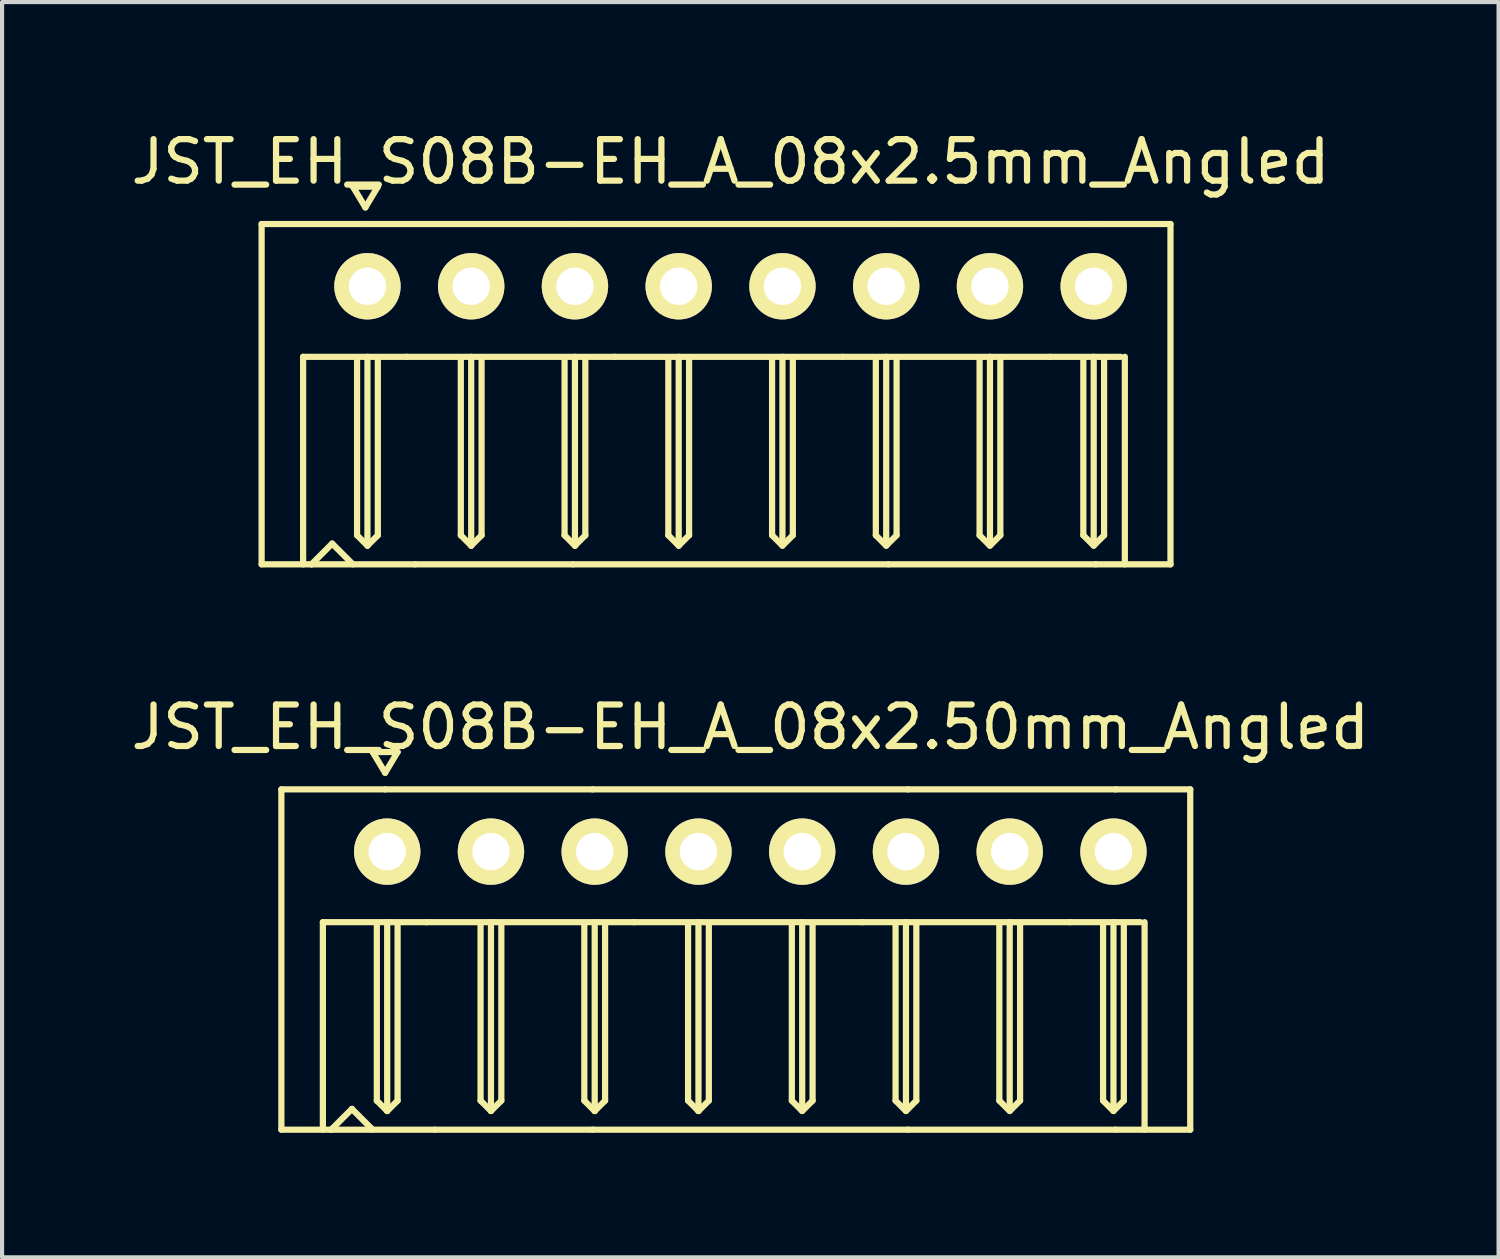
<source format=kicad_pcb>
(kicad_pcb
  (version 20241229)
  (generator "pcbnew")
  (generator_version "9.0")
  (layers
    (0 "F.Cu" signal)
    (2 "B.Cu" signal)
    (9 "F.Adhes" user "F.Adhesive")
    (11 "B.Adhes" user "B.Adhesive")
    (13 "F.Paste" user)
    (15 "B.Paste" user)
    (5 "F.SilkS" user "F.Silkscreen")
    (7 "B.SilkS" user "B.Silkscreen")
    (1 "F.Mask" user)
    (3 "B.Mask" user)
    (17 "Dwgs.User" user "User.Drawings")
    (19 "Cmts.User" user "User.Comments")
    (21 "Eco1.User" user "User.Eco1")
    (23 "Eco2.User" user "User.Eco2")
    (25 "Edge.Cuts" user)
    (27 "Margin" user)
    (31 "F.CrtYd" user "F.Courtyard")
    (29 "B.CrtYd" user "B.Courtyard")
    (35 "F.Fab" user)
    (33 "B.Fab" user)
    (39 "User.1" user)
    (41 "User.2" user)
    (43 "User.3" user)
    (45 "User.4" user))
  (footprint "JST_EH_S08B-EH_A_08x2.5mm_Angled"
    (layer "F.Cu")
    (at 14.554 3.848)
    (property "Reference" "JST_EH_S08B-EH_A_08x2.5mm_Angled" (at 0 -3 0) (layer "F.SilkS") (effects (font (size 1 1) (thickness 0.15))))
    (attr through_hole)
    (fp_line (start -11.3 -1.5) (end -11.3 6.7) (stroke (width 0.15) (type solid)) (layer "F.SilkS"))
    (fp_line (start -11.3 -1.5) (end -8.8 -1.5) (stroke (width 0.15) (type solid)) (layer "F.SilkS"))
    (fp_line (start -11.3 6.7) (end -10.1 6.7) (stroke (width 0.15) (type solid)) (layer "F.SilkS"))
    (fp_line (start -10.3 1.7) (end -10.3 6.7) (stroke (width 0.15) (type solid)) (layer "F.SilkS"))
    (fp_line (start -9.6 6.2) (end -10.1 6.7) (stroke (width 0.15) (type solid)) (layer "F.SilkS"))
    (fp_line (start -9.6 6.2) (end -9.1 6.7) (stroke (width 0.15) (type solid)) (layer "F.SilkS"))
    (fp_line (start -9.1 -2.4) (end -8.8 -1.9) (stroke (width 0.15) (type solid)) (layer "F.SilkS"))
    (fp_line (start -9 6) (end -9 1.75) (stroke (width 0.15) (type solid)) (layer "F.SilkS"))
    (fp_line (start -8.8 -1.9) (end -8.5 -2.4) (stroke (width 0.15) (type solid)) (layer "F.SilkS"))
    (fp_line (start -8.8 -1.5) (end -3.8 -1.5) (stroke (width 0.15) (type solid)) (layer "F.SilkS"))
    (fp_line (start -8.75 6.25) (end -9 6) (stroke (width 0.15) (type solid)) (layer "F.SilkS"))
    (fp_line (start -8.75 6.25) (end -8.75 1.7) (stroke (width 0.15) (type solid)) (layer "F.SilkS"))
    (fp_line (start -8.5 -2.4) (end -9.1 -2.4) (stroke (width 0.15) (type solid)) (layer "F.SilkS"))
    (fp_line (start -8.5 1.75) (end -8.5 6) (stroke (width 0.15) (type solid)) (layer "F.SilkS"))
    (fp_line (start -8.5 6) (end -8.75 6.25) (stroke (width 0.15) (type solid)) (layer "F.SilkS"))
    (fp_line (start -7.8 1.7) (end -10.3 1.7) (stroke (width 0.15) (type solid)) (layer "F.SilkS"))
    (fp_line (start -7.6 6.7) (end -10.1 6.7) (stroke (width 0.15) (type solid)) (layer "F.SilkS"))
    (fp_line (start -7.6 6.7) (end -3.8 6.7) (stroke (width 0.15) (type solid)) (layer "F.SilkS"))
    (fp_line (start -6.5 6) (end -6.5 1.75) (stroke (width 0.15) (type solid)) (layer "F.SilkS"))
    (fp_line (start -6.25 6.25) (end -6.5 6) (stroke (width 0.15) (type solid)) (layer "F.SilkS"))
    (fp_line (start -6.25 6.25) (end -6.25 1.7) (stroke (width 0.15) (type solid)) (layer "F.SilkS"))
    (fp_line (start -6 1.75) (end -6 6) (stroke (width 0.15) (type solid)) (layer "F.SilkS"))
    (fp_line (start -6 6) (end -6.25 6.25) (stroke (width 0.15) (type solid)) (layer "F.SilkS"))
    (fp_line (start -4 6) (end -4 1.75) (stroke (width 0.15) (type solid)) (layer "F.SilkS"))
    (fp_line (start -3.8 -1.5) (end 3.8 -1.5) (stroke (width 0.15) (type solid)) (layer "F.SilkS"))
    (fp_line (start -3.75 6.25) (end -4 6) (stroke (width 0.15) (type solid)) (layer "F.SilkS"))
    (fp_line (start -3.75 6.25) (end -3.75 1.7) (stroke (width 0.15) (type solid)) (layer "F.SilkS"))
    (fp_line (start -3.5 1.75) (end -3.5 6) (stroke (width 0.15) (type solid)) (layer "F.SilkS"))
    (fp_line (start -3.5 6) (end -3.75 6.25) (stroke (width 0.15) (type solid)) (layer "F.SilkS"))
    (fp_line (start -2.8 1.7) (end -7.8 1.7) (stroke (width 0.15) (type solid)) (layer "F.SilkS"))
    (fp_line (start -1.5 6) (end -1.5 1.75) (stroke (width 0.15) (type solid)) (layer "F.SilkS"))
    (fp_line (start -1.25 6.25) (end -1.5 6) (stroke (width 0.15) (type solid)) (layer "F.SilkS"))
    (fp_line (start -1.25 6.25) (end -1.25 1.7) (stroke (width 0.15) (type solid)) (layer "F.SilkS"))
    (fp_line (start -1 1.75) (end -1 6) (stroke (width 0.15) (type solid)) (layer "F.SilkS"))
    (fp_line (start -1 6) (end -1.25 6.25) (stroke (width 0.15) (type solid)) (layer "F.SilkS"))
    (fp_line (start 1 1.75) (end 1 6) (stroke (width 0.15) (type solid)) (layer "F.SilkS"))
    (fp_line (start 1 6) (end 1.25 6.25) (stroke (width 0.15) (type solid)) (layer "F.SilkS"))
    (fp_line (start 1.25 6.2) (end 1.25 1.7) (stroke (width 0.15) (type solid)) (layer "F.SilkS"))
    (fp_line (start 1.25 6.25) (end 1.5 6) (stroke (width 0.15) (type solid)) (layer "F.SilkS"))
    (fp_line (start 1.5 6) (end 1.5 1.75) (stroke (width 0.15) (type solid)) (layer "F.SilkS"))
    (fp_line (start 2.7 1.7) (end -2.8 1.7) (stroke (width 0.15) (type solid)) (layer "F.SilkS"))
    (fp_line (start 3.5 1.75) (end 3.5 6) (stroke (width 0.15) (type solid)) (layer "F.SilkS"))
    (fp_line (start 3.5 6) (end 3.75 6.25) (stroke (width 0.15) (type solid)) (layer "F.SilkS"))
    (fp_line (start 3.75 6.2) (end 3.75 1.7) (stroke (width 0.15) (type solid)) (layer "F.SilkS"))
    (fp_line (start 3.75 6.25) (end 4 6) (stroke (width 0.15) (type solid)) (layer "F.SilkS"))
    (fp_line (start 3.8 6.7) (end -3.8 6.7) (stroke (width 0.15) (type solid)) (layer "F.SilkS"))
    (fp_line (start 3.8 6.7) (end 8.8 6.7) (stroke (width 0.15) (type solid)) (layer "F.SilkS"))
    (fp_line (start 4 6) (end 4 1.75) (stroke (width 0.15) (type solid)) (layer "F.SilkS"))
    (fp_line (start 6 1.75) (end 6 6) (stroke (width 0.15) (type solid)) (layer "F.SilkS"))
    (fp_line (start 6 6) (end 6.25 6.25) (stroke (width 0.15) (type solid)) (layer "F.SilkS"))
    (fp_line (start 6.25 6.2) (end 6.25 1.7) (stroke (width 0.15) (type solid)) (layer "F.SilkS"))
    (fp_line (start 6.25 6.25) (end 6.5 6) (stroke (width 0.15) (type solid)) (layer "F.SilkS"))
    (fp_line (start 6.5 6) (end 6.5 1.75) (stroke (width 0.15) (type solid)) (layer "F.SilkS"))
    (fp_line (start 7.7 1.7) (end 2.7 1.7) (stroke (width 0.15) (type solid)) (layer "F.SilkS"))
    (fp_line (start 8.5 1.75) (end 8.5 6) (stroke (width 0.15) (type solid)) (layer "F.SilkS"))
    (fp_line (start 8.5 6) (end 8.75 6.25) (stroke (width 0.15) (type solid)) (layer "F.SilkS"))
    (fp_line (start 8.75 6.2) (end 8.75 1.7) (stroke (width 0.15) (type solid)) (layer "F.SilkS"))
    (fp_line (start 8.75 6.25) (end 9 6) (stroke (width 0.15) (type solid)) (layer "F.SilkS"))
    (fp_line (start 8.8 -1.5) (end 3.8 -1.5) (stroke (width 0.15) (type solid)) (layer "F.SilkS"))
    (fp_line (start 9 6) (end 9 1.75) (stroke (width 0.15) (type solid)) (layer "F.SilkS"))
    (fp_line (start 9.4 1.7) (end 7.7 1.7) (stroke (width 0.15) (type solid)) (layer "F.SilkS"))
    (fp_line (start 9.5 1.7) (end 9.5 6.7) (stroke (width 0.15) (type solid)) (layer "F.SilkS"))
    (fp_line (start 10.6 -1.5) (end 8.8 -1.5) (stroke (width 0.15) (type solid)) (layer "F.SilkS"))
    (fp_line (start 10.6 -1.5) (end 10.6 6.7) (stroke (width 0.15) (type solid)) (layer "F.SilkS"))
    (fp_line (start 10.6 6.7) (end 8.8 6.7) (stroke (width 0.15) (type solid)) (layer "F.SilkS"))
    (pad "1" thru_hole circle (at -8.75 0) (size 1.6 1.6) (drill 0.9) (layers "*.Cu" "*.Mask" "F.SilkS"))
    (pad "2" thru_hole circle (at -6.25 0) (size 1.6 1.6) (drill 0.9) (layers "*.Cu" "*.Mask" "F.SilkS"))
    (pad "3" thru_hole circle (at -3.75 0) (size 1.6 1.6) (drill 0.9) (layers "*.Cu" "*.Mask" "F.SilkS"))
    (pad "4" thru_hole circle (at -1.25 0) (size 1.6 1.6) (drill 0.9) (layers "*.Cu" "*.Mask" "F.SilkS"))
    (pad "5" thru_hole circle (at 1.25 0) (size 1.6 1.6) (drill 0.9) (layers "*.Cu" "*.Mask" "F.SilkS"))
    (pad "6" thru_hole circle (at 3.75 0) (size 1.6 1.6) (drill 0.9) (layers "*.Cu" "*.Mask" "F.SilkS"))
    (pad "7" thru_hole circle (at 6.25 0) (size 1.6 1.6) (drill 0.9) (layers "*.Cu" "*.Mask" "F.SilkS"))
    (pad "8" thru_hole circle (at 8.75 0) (size 1.6 1.6) (drill 0.9) (layers "*.Cu" "*.Mask" "F.SilkS")))
  (footprint "JST_EH_S08B-EH_A_08x2.50mm_Angled"
    (layer "F.Cu")
    (at 15.03 17.471)
    (property "Reference" "JST_EH_S08B-EH_A_08x2.50mm_Angled" (at 0 -3 0) (layer "F.SilkS") (effects (font (size 1 1) (thickness 0.15))))
    (attr through_hole)
    (fp_line (start -11.3 -1.5) (end -11.3 6.7) (stroke (width 0.15) (type solid)) (layer "F.SilkS"))
    (fp_line (start -11.3 -1.5) (end -8.8 -1.5) (stroke (width 0.15) (type solid)) (layer "F.SilkS"))
    (fp_line (start -11.3 6.7) (end -10.1 6.7) (stroke (width 0.15) (type solid)) (layer "F.SilkS"))
    (fp_line (start -10.3 1.7) (end -10.3 6.7) (stroke (width 0.15) (type solid)) (layer "F.SilkS"))
    (fp_line (start -9.6 6.2) (end -10.1 6.7) (stroke (width 0.15) (type solid)) (layer "F.SilkS"))
    (fp_line (start -9.6 6.2) (end -9.1 6.7) (stroke (width 0.15) (type solid)) (layer "F.SilkS"))
    (fp_line (start -9.1 -2.4) (end -8.8 -1.9) (stroke (width 0.15) (type solid)) (layer "F.SilkS"))
    (fp_line (start -9 6) (end -9 1.75) (stroke (width 0.15) (type solid)) (layer "F.SilkS"))
    (fp_line (start -8.8 -1.9) (end -8.5 -2.4) (stroke (width 0.15) (type solid)) (layer "F.SilkS"))
    (fp_line (start -8.8 -1.5) (end -3.8 -1.5) (stroke (width 0.15) (type solid)) (layer "F.SilkS"))
    (fp_line (start -8.75 6.25) (end -9 6) (stroke (width 0.15) (type solid)) (layer "F.SilkS"))
    (fp_line (start -8.75 6.25) (end -8.75 1.7) (stroke (width 0.15) (type solid)) (layer "F.SilkS"))
    (fp_line (start -8.5 -2.4) (end -9.1 -2.4) (stroke (width 0.15) (type solid)) (layer "F.SilkS"))
    (fp_line (start -8.5 1.75) (end -8.5 6) (stroke (width 0.15) (type solid)) (layer "F.SilkS"))
    (fp_line (start -8.5 6) (end -8.75 6.25) (stroke (width 0.15) (type solid)) (layer "F.SilkS"))
    (fp_line (start -7.8 1.7) (end -10.3 1.7) (stroke (width 0.15) (type solid)) (layer "F.SilkS"))
    (fp_line (start -7.6 6.7) (end -10.1 6.7) (stroke (width 0.15) (type solid)) (layer "F.SilkS"))
    (fp_line (start -7.6 6.7) (end -3.8 6.7) (stroke (width 0.15) (type solid)) (layer "F.SilkS"))
    (fp_line (start -6.5 6) (end -6.5 1.75) (stroke (width 0.15) (type solid)) (layer "F.SilkS"))
    (fp_line (start -6.25 6.25) (end -6.5 6) (stroke (width 0.15) (type solid)) (layer "F.SilkS"))
    (fp_line (start -6.25 6.25) (end -6.25 1.7) (stroke (width 0.15) (type solid)) (layer "F.SilkS"))
    (fp_line (start -6 1.75) (end -6 6) (stroke (width 0.15) (type solid)) (layer "F.SilkS"))
    (fp_line (start -6 6) (end -6.25 6.25) (stroke (width 0.15) (type solid)) (layer "F.SilkS"))
    (fp_line (start -4 6) (end -4 1.75) (stroke (width 0.15) (type solid)) (layer "F.SilkS"))
    (fp_line (start -3.8 -1.5) (end 3.8 -1.5) (stroke (width 0.15) (type solid)) (layer "F.SilkS"))
    (fp_line (start -3.75 6.25) (end -4 6) (stroke (width 0.15) (type solid)) (layer "F.SilkS"))
    (fp_line (start -3.75 6.25) (end -3.75 1.7) (stroke (width 0.15) (type solid)) (layer "F.SilkS"))
    (fp_line (start -3.5 1.75) (end -3.5 6) (stroke (width 0.15) (type solid)) (layer "F.SilkS"))
    (fp_line (start -3.5 6) (end -3.75 6.25) (stroke (width 0.15) (type solid)) (layer "F.SilkS"))
    (fp_line (start -2.8 1.7) (end -7.8 1.7) (stroke (width 0.15) (type solid)) (layer "F.SilkS"))
    (fp_line (start -1.5 6) (end -1.5 1.75) (stroke (width 0.15) (type solid)) (layer "F.SilkS"))
    (fp_line (start -1.25 6.25) (end -1.5 6) (stroke (width 0.15) (type solid)) (layer "F.SilkS"))
    (fp_line (start -1.25 6.25) (end -1.25 1.7) (stroke (width 0.15) (type solid)) (layer "F.SilkS"))
    (fp_line (start -1 1.75) (end -1 6) (stroke (width 0.15) (type solid)) (layer "F.SilkS"))
    (fp_line (start -1 6) (end -1.25 6.25) (stroke (width 0.15) (type solid)) (layer "F.SilkS"))
    (fp_line (start 1 1.75) (end 1 6) (stroke (width 0.15) (type solid)) (layer "F.SilkS"))
    (fp_line (start 1 6) (end 1.25 6.25) (stroke (width 0.15) (type solid)) (layer "F.SilkS"))
    (fp_line (start 1.25 6.2) (end 1.25 1.7) (stroke (width 0.15) (type solid)) (layer "F.SilkS"))
    (fp_line (start 1.25 6.25) (end 1.5 6) (stroke (width 0.15) (type solid)) (layer "F.SilkS"))
    (fp_line (start 1.5 6) (end 1.5 1.75) (stroke (width 0.15) (type solid)) (layer "F.SilkS"))
    (fp_line (start 2.7 1.7) (end -2.8 1.7) (stroke (width 0.15) (type solid)) (layer "F.SilkS"))
    (fp_line (start 3.5 1.75) (end 3.5 6) (stroke (width 0.15) (type solid)) (layer "F.SilkS"))
    (fp_line (start 3.5 6) (end 3.75 6.25) (stroke (width 0.15) (type solid)) (layer "F.SilkS"))
    (fp_line (start 3.75 6.2) (end 3.75 1.7) (stroke (width 0.15) (type solid)) (layer "F.SilkS"))
    (fp_line (start 3.75 6.25) (end 4 6) (stroke (width 0.15) (type solid)) (layer "F.SilkS"))
    (fp_line (start 3.8 6.7) (end -3.8 6.7) (stroke (width 0.15) (type solid)) (layer "F.SilkS"))
    (fp_line (start 3.8 6.7) (end 8.8 6.7) (stroke (width 0.15) (type solid)) (layer "F.SilkS"))
    (fp_line (start 4 6) (end 4 1.75) (stroke (width 0.15) (type solid)) (layer "F.SilkS"))
    (fp_line (start 6 1.75) (end 6 6) (stroke (width 0.15) (type solid)) (layer "F.SilkS"))
    (fp_line (start 6 6) (end 6.25 6.25) (stroke (width 0.15) (type solid)) (layer "F.SilkS"))
    (fp_line (start 6.25 6.2) (end 6.25 1.7) (stroke (width 0.15) (type solid)) (layer "F.SilkS"))
    (fp_line (start 6.25 6.25) (end 6.5 6) (stroke (width 0.15) (type solid)) (layer "F.SilkS"))
    (fp_line (start 6.5 6) (end 6.5 1.75) (stroke (width 0.15) (type solid)) (layer "F.SilkS"))
    (fp_line (start 7.7 1.7) (end 2.7 1.7) (stroke (width 0.15) (type solid)) (layer "F.SilkS"))
    (fp_line (start 8.5 1.75) (end 8.5 6) (stroke (width 0.15) (type solid)) (layer "F.SilkS"))
    (fp_line (start 8.5 6) (end 8.75 6.25) (stroke (width 0.15) (type solid)) (layer "F.SilkS"))
    (fp_line (start 8.75 6.2) (end 8.75 1.7) (stroke (width 0.15) (type solid)) (layer "F.SilkS"))
    (fp_line (start 8.75 6.25) (end 9 6) (stroke (width 0.15) (type solid)) (layer "F.SilkS"))
    (fp_line (start 8.8 -1.5) (end 3.8 -1.5) (stroke (width 0.15) (type solid)) (layer "F.SilkS"))
    (fp_line (start 9 6) (end 9 1.75) (stroke (width 0.15) (type solid)) (layer "F.SilkS"))
    (fp_line (start 9.4 1.7) (end 7.7 1.7) (stroke (width 0.15) (type solid)) (layer "F.SilkS"))
    (fp_line (start 9.5 1.7) (end 9.5 6.7) (stroke (width 0.15) (type solid)) (layer "F.SilkS"))
    (fp_line (start 10.6 -1.5) (end 8.8 -1.5) (stroke (width 0.15) (type solid)) (layer "F.SilkS"))
    (fp_line (start 10.6 -1.5) (end 10.6 6.7) (stroke (width 0.15) (type solid)) (layer "F.SilkS"))
    (fp_line (start 10.6 6.7) (end 8.8 6.7) (stroke (width 0.15) (type solid)) (layer "F.SilkS"))
    (pad "1" thru_hole circle (at -8.75 0) (size 1.6 1.6) (drill 0.9) (layers "*.Cu" "*.Mask" "F.SilkS"))
    (pad "2" thru_hole circle (at -6.25 0) (size 1.6 1.6) (drill 0.9) (layers "*.Cu" "*.Mask" "F.SilkS"))
    (pad "3" thru_hole circle (at -3.75 0) (size 1.6 1.6) (drill 0.9) (layers "*.Cu" "*.Mask" "F.SilkS"))
    (pad "4" thru_hole circle (at -1.25 0) (size 1.6 1.6) (drill 0.9) (layers "*.Cu" "*.Mask" "F.SilkS"))
    (pad "5" thru_hole circle (at 1.25 0) (size 1.6 1.6) (drill 0.9) (layers "*.Cu" "*.Mask" "F.SilkS"))
    (pad "6" thru_hole circle (at 3.75 0) (size 1.6 1.6) (drill 0.9) (layers "*.Cu" "*.Mask" "F.SilkS"))
    (pad "7" thru_hole circle (at 6.25 0) (size 1.6 1.6) (drill 0.9) (layers "*.Cu" "*.Mask" "F.SilkS"))
    (pad "8" thru_hole circle (at 8.75 0) (size 1.6 1.6) (drill 0.9) (layers "*.Cu" "*.Mask" "F.SilkS")))
  (gr_rect
    (start -3 -3)
    (end 33.06 27.247)
    (stroke (width 0.1) (type default))
    (fill no)
    (layer "Edge.Cuts")))
</source>
